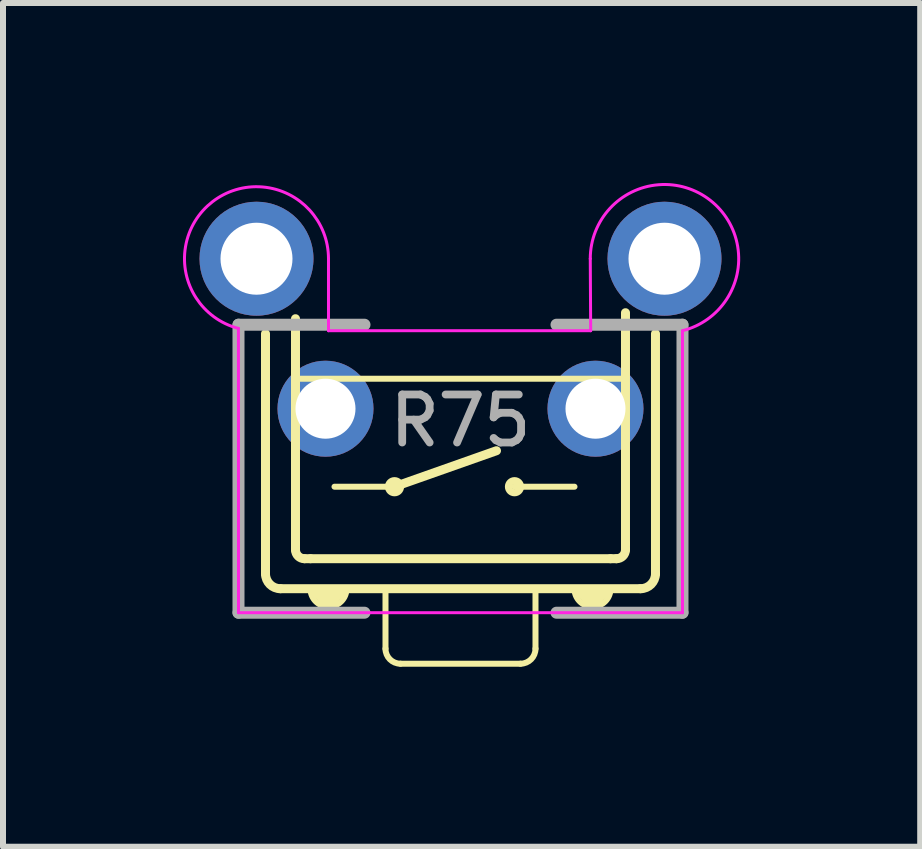
<source format=kicad_pcb>
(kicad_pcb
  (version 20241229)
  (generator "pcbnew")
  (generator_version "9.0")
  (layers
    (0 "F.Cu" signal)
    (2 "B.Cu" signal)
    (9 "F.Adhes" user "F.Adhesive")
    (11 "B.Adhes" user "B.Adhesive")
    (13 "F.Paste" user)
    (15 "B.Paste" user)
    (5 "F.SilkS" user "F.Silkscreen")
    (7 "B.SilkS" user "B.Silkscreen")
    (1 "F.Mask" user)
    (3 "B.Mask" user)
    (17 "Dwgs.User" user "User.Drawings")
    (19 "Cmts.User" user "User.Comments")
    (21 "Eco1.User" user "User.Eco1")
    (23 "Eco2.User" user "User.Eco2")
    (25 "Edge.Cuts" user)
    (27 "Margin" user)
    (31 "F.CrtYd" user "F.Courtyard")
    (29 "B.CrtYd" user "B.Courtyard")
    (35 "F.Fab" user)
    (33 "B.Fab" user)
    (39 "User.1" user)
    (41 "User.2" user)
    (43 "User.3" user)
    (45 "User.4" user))
  (footprint "R75"
    (layer "F.Cu")
    (at 4.625 3.762)
    (property "Reference" "R75" (at 0 0.2 0) (layer "F.Fab") (effects (font (size 0.8 0.8) (thickness 0.13))))
    (attr through_hole)
    (fp_line (start -3.25 2.75) (end -3.25 -1.25) (stroke (width 0.15) (type solid)) (layer "F.SilkS"))
    (fp_line (start -3 3) (end 3 3) (stroke (width 0.15) (type solid)) (layer "F.SilkS"))
    (fp_line (start -2.75 -1.5) (end -2.75 2.25) (stroke (width 0.15) (type solid)) (layer "F.SilkS"))
    (fp_line (start -2.75 2.35) (end -2.75 2.25) (stroke (width 0.15) (type solid)) (layer "F.SilkS"))
    (fp_line (start -2.7 -0.5) (end 2.7 -0.5) (stroke (width 0.1) (type solid)) (layer "F.SilkS"))
    (fp_line (start -2.6 2.5) (end -2.5 2.5) (stroke (width 0.15) (type solid)) (layer "F.SilkS"))
    (fp_line (start -2.5 2.5) (end 2.5 2.5) (stroke (width 0.15) (type solid)) (layer "F.SilkS"))
    (fp_line (start -2.1 1.3) (end -1.1 1.3) (stroke (width 0.1) (type solid)) (layer "F.SilkS"))
    (fp_line (start -1.25 3) (end -1.25 4) (stroke (width 0.1) (type solid)) (layer "F.SilkS"))
    (fp_line (start -1.1 1.3) (end 0.6 0.7) (stroke (width 0.15) (type solid)) (layer "F.SilkS"))
    (fp_line (start -1 4.25) (end 1 4.25) (stroke (width 0.1) (type solid)) (layer "F.SilkS"))
    (fp_line (start 0.9 1.3) (end 1.9 1.3) (stroke (width 0.1) (type solid)) (layer "F.SilkS"))
    (fp_line (start 1.25 3) (end 1.25 4) (stroke (width 0.1) (type solid)) (layer "F.SilkS"))
    (fp_line (start 2.5 2.5) (end 2.6 2.5) (stroke (width 0.15) (type solid)) (layer "F.SilkS"))
    (fp_line (start 2.75 -1.6) (end 2.75 2.25) (stroke (width 0.15) (type solid)) (layer "F.SilkS"))
    (fp_line (start 2.75 2.25) (end 2.75 2.35) (stroke (width 0.15) (type solid)) (layer "F.SilkS"))
    (fp_line (start 3.25 2.75) (end 3.25 -1.25) (stroke (width 0.15) (type solid)) (layer "F.SilkS"))
    (fp_arc (start -3 3) (mid -3.176777 2.926777) (end -3.25 2.75) (stroke (width 0.15) (type solid)) (layer "F.SilkS"))
    (fp_arc (start -2.6 2.5) (mid -2.706066 2.456066) (end -2.75 2.35) (stroke (width 0.15) (type solid)) (layer "F.SilkS"))
    (fp_arc (start -1.9 3) (mid -2.2 3.3) (end -2.5 3) (stroke (width 0.1) (type solid)) (layer "F.SilkS"))
    (fp_arc (start -1 4.25) (mid -1.176777 4.176777) (end -1.25 4) (stroke (width 0.1) (type solid)) (layer "F.SilkS"))
    (fp_arc (start 1.25 4) (mid 1.176777 4.176777) (end 1 4.25) (stroke (width 0.1) (type solid)) (layer "F.SilkS"))
    (fp_arc (start 2.5 3) (mid 2.2 3.3) (end 1.9 3) (stroke (width 0.1) (type solid)) (layer "F.SilkS"))
    (fp_arc (start 2.75 2.35) (mid 2.706066 2.456066) (end 2.6 2.5) (stroke (width 0.15) (type solid)) (layer "F.SilkS"))
    (fp_arc (start 3.25 2.75) (mid 3.176777 2.926777) (end 3 3) (stroke (width 0.15) (type solid)) (layer "F.SilkS"))
    (fp_circle (center -1.1 1.3) (end -1.1 1.4) (stroke (width 0.12) (type solid)) (fill no) (layer "F.SilkS"))
    (fp_circle (center 0.9 1.3) (end 0.9 1.4) (stroke (width 0.12) (type solid)) (fill no) (layer "F.SilkS"))
    (fp_poly (pts (xy -2.5 3) (xy -2.2 3.3) (xy -1.9 3)) (stroke (width 0.1) (type solid)) (fill yes) (layer "F.SilkS"))
    (fp_poly (pts (xy 1.9 3) (xy 2.2 3.3) (xy 2.5 3)) (stroke (width 0.1) (type solid)) (fill yes) (layer "F.SilkS"))
    (fp_line (start -3.701 -1.338) (end -3.7 3.4) (stroke (width 0.05) (type solid)) (layer "F.CrtYd"))
    (fp_line (start -2.2 -2.5) (end -2.2 -1.3) (stroke (width 0.05) (type solid)) (layer "F.CrtYd"))
    (fp_line (start -2.2 -1.3) (end 2.17 -1.3) (stroke (width 0.05) (type solid)) (layer "F.CrtYd"))
    (fp_line (start 2.17 -1.3) (end 2.163 -2.5) (stroke (width 0.05) (type solid)) (layer "F.CrtYd"))
    (fp_line (start 3.7 -1.3) (end 3.7 3.4) (stroke (width 0.05) (type solid)) (layer "F.CrtYd"))
    (fp_line (start 3.7 3.4) (end -3.7 3.4) (stroke (width 0.05) (type solid)) (layer "F.CrtYd"))
    (fp_arc (start -3.701075 -1.338383) (mid -4.134408 -3.449023) (end -2.2 -2.5) (stroke (width 0.05) (type solid)) (layer "F.CrtYd"))
    (fp_arc (start 2.16307 -2.5) (mid 4.161222 -3.474955) (end 3.699999 -1.300001) (stroke (width 0.05) (type solid)) (layer "F.CrtYd"))
    (fp_line (start -3.7 -1.4) (end -3.7 3.4) (stroke (width 0.2) (type solid)) (layer "F.Fab"))
    (fp_line (start -1.6 -1.4) (end -3.7 -1.4) (stroke (width 0.2) (type solid)) (layer "F.Fab"))
    (fp_line (start -1.6 3.4) (end -3.7 3.4) (stroke (width 0.2) (type solid)) (layer "F.Fab"))
    (fp_line (start 3.7 -1.4) (end 1.6 -1.4) (stroke (width 0.2) (type solid)) (layer "F.Fab"))
    (fp_line (start 3.7 -1.4) (end 3.7 3.4) (stroke (width 0.2) (type solid)) (layer "F.Fab"))
    (fp_line (start 3.7 3.4) (end 1.6 3.4) (stroke (width 0.2) (type solid)) (layer "F.Fab"))
    (pad "1" thru_hole circle (at -2.25 0) (size 1.6 1.6) (drill 1) (layers "*.Cu" "*.Mask"))
    (pad "2" thru_hole circle (at 2.25 0) (size 1.6 1.6) (drill 1) (layers "*.Cu" "*.Mask"))
    (pad "3" thru_hole circle (at -3.4 -2.5) (size 1.9 1.9) (drill 1.2) (layers "*.Cu" "*.Mask"))
    (pad "3" thru_hole circle (at 3.4 -2.5) (size 1.9 1.9) (drill 1.2) (layers "*.Cu" "*.Mask")))
  (gr_rect
    (start -3 -3)
    (end 12.287 11.062)
    (stroke (width 0.1) (type default))
    (fill no)
    (layer "Edge.Cuts")))
</source>
